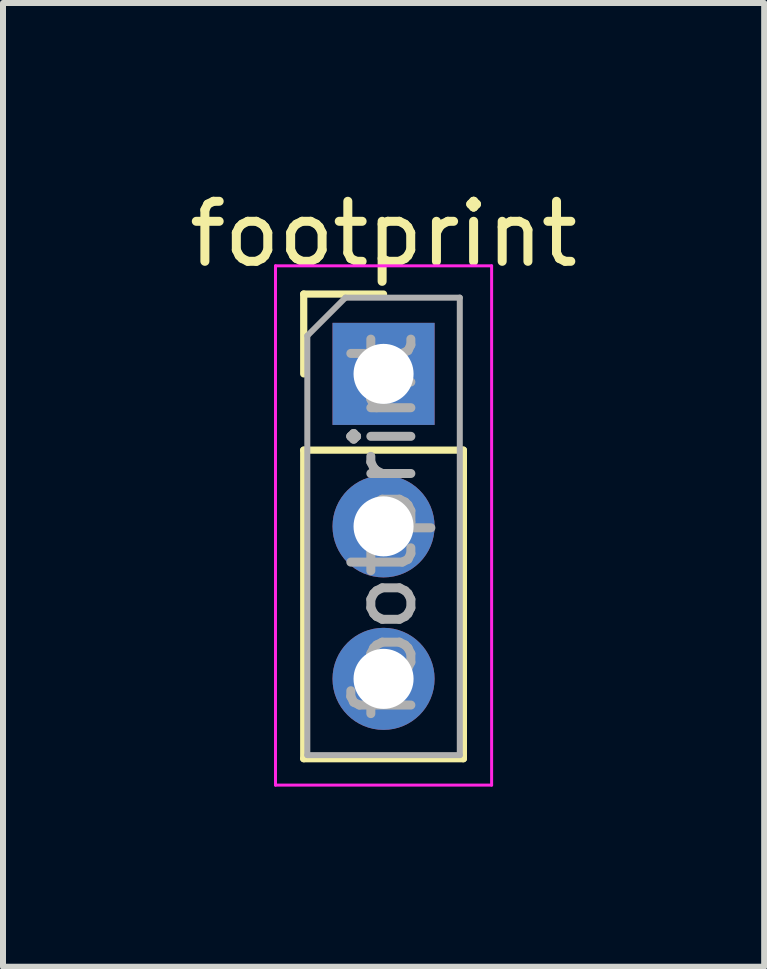
<source format=kicad_pcb>
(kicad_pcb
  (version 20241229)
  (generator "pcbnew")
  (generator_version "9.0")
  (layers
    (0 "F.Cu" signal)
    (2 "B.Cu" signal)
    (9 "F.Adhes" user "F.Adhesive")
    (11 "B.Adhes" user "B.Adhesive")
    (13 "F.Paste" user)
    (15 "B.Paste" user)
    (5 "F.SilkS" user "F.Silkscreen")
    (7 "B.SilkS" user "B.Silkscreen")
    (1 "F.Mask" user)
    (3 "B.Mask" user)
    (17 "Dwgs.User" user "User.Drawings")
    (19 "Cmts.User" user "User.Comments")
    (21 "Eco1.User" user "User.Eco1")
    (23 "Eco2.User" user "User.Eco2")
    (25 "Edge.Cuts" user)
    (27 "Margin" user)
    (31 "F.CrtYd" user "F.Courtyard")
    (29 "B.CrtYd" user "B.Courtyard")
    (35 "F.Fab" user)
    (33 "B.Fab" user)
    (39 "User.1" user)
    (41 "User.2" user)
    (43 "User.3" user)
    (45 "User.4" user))
  (footprint "footprint"
    (layer "F.Cu")
    (at 3.339 3.178)
    (property "Reference" "footprint" (at 0 -2.33 0) (layer "F.SilkS") (effects (font (size 1 1) (thickness 0.15))))
    (attr through_hole)
    (fp_line (start -1.33 -1.33) (end 0 -1.33) (stroke (width 0.12) (type solid)) (layer "F.SilkS"))
    (fp_line (start -1.33 0) (end -1.33 -1.33) (stroke (width 0.12) (type solid)) (layer "F.SilkS"))
    (fp_line (start -1.33 1.27) (end -1.33 6.41) (stroke (width 0.12) (type solid)) (layer "F.SilkS"))
    (fp_line (start -1.33 1.27) (end 1.33 1.27) (stroke (width 0.12) (type solid)) (layer "F.SilkS"))
    (fp_line (start -1.33 6.41) (end 1.33 6.41) (stroke (width 0.12) (type solid)) (layer "F.SilkS"))
    (fp_line (start 1.33 1.27) (end 1.33 6.41) (stroke (width 0.12) (type solid)) (layer "F.SilkS"))
    (fp_line (start -1.8 -1.8) (end -1.8 6.85) (stroke (width 0.05) (type solid)) (layer "F.CrtYd"))
    (fp_line (start -1.8 6.85) (end 1.8 6.85) (stroke (width 0.05) (type solid)) (layer "F.CrtYd"))
    (fp_line (start 1.8 -1.8) (end -1.8 -1.8) (stroke (width 0.05) (type solid)) (layer "F.CrtYd"))
    (fp_line (start 1.8 6.85) (end 1.8 -1.8) (stroke (width 0.05) (type solid)) (layer "F.CrtYd"))
    (fp_line (start -1.27 -0.635) (end -0.635 -1.27) (stroke (width 0.1) (type solid)) (layer "F.Fab"))
    (fp_line (start -1.27 6.35) (end -1.27 -0.635) (stroke (width 0.1) (type solid)) (layer "F.Fab"))
    (fp_line (start -0.635 -1.27) (end 1.27 -1.27) (stroke (width 0.1) (type solid)) (layer "F.Fab"))
    (fp_line (start 1.27 -1.27) (end 1.27 6.35) (stroke (width 0.1) (type solid)) (layer "F.Fab"))
    (fp_line (start 1.27 6.35) (end -1.27 6.35) (stroke (width 0.1) (type solid)) (layer "F.Fab"))
    (fp_text user "${REFERENCE}" (at 0 2.54 90) (layer "F.Fab") (effects (font (size 1 1) (thickness 0.15))))
    (pad "1" thru_hole rect (at 0 0) (size 1.7 1.7) (drill 1) (layers "*.Cu" "*.Mask"))
    (pad "2" thru_hole oval (at 0 2.54) (size 1.7 1.7) (drill 1) (layers "*.Cu" "*.Mask"))
    (pad "3" thru_hole oval (at 0 5.08) (size 1.7 1.7) (drill 1) (layers "*.Cu" "*.Mask")))
  (gr_rect
    (start -3 -3)
    (end 9.679 13.053)
    (stroke (width 0.1) (type default))
    (fill no)
    (layer "Edge.Cuts")))
</source>
